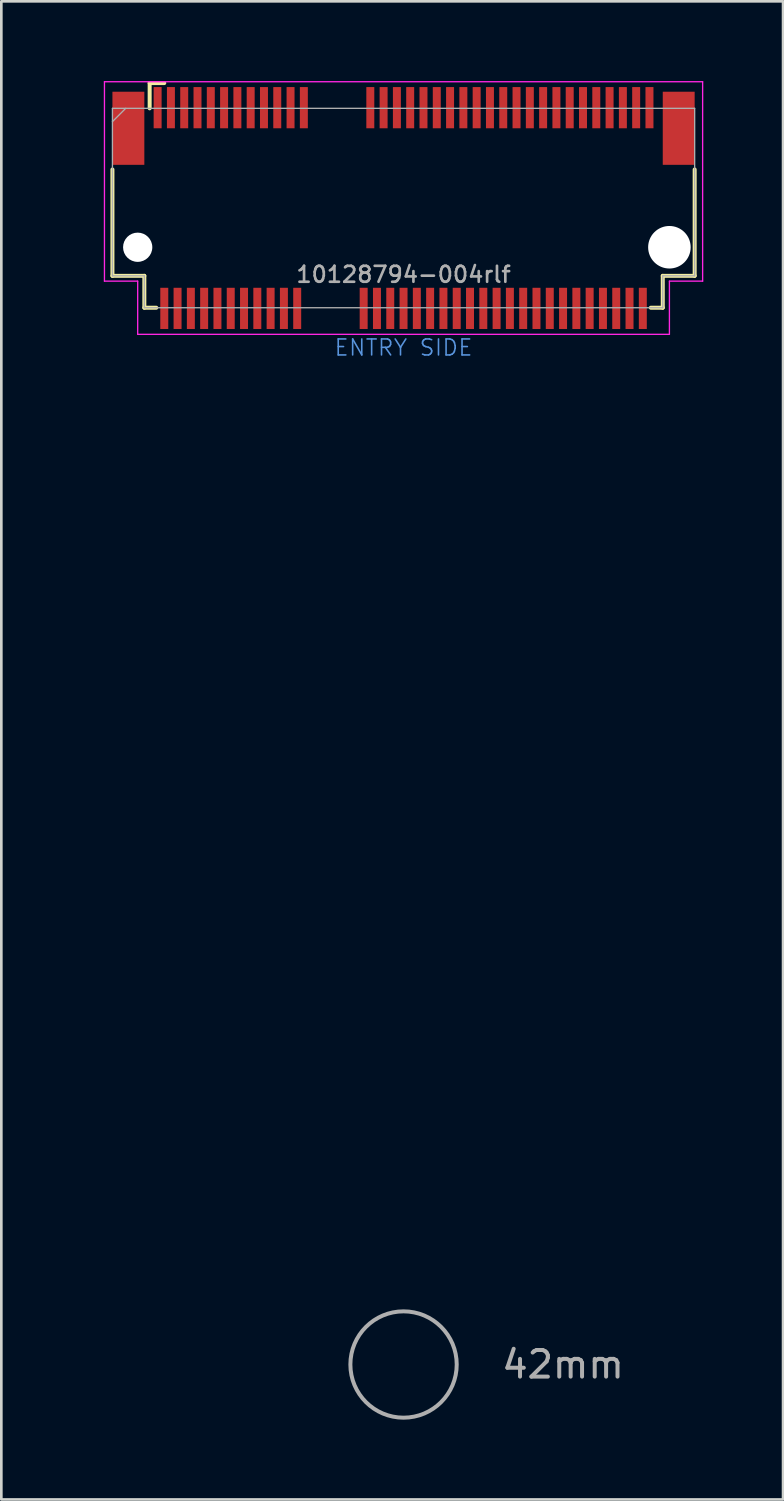
<source format=kicad_pcb>
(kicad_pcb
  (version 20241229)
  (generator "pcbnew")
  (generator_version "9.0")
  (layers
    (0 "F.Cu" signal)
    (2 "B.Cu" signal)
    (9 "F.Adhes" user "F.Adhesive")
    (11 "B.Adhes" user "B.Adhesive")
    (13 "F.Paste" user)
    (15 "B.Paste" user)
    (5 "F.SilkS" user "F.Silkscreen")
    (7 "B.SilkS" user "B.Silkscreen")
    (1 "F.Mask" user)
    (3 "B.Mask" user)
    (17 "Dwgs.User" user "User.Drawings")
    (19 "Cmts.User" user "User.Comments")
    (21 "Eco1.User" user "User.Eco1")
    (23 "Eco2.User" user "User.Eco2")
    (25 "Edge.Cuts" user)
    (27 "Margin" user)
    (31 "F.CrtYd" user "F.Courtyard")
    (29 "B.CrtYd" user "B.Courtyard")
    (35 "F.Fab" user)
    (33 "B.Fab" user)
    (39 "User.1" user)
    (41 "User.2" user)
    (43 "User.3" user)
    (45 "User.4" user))
  (footprint "10128794-004rlf"
    (layer "F.Cu")
    (at 12.129 6.275)
    (property "Reference" "10128794-004rlf" (at 0 1 0) (layer "F.Fab") (effects (font (size 0.6 0.6) (thickness 0.1))))
    (attr through_hole)
    (fp_line (start -10.95 1.05) (end -10.95 -2.95) (stroke (width 0.15) (type solid)) (layer "F.SilkS"))
    (fp_line (start -9.75 1.05) (end -10.95 1.05) (stroke (width 0.15) (type solid)) (layer "F.SilkS"))
    (fp_line (start -9.75 2.25) (end -9.75 1.05) (stroke (width 0.15) (type solid)) (layer "F.SilkS"))
    (fp_line (start -9.55 -6.2) (end -9 -6.2) (stroke (width 0.15) (type solid)) (layer "F.SilkS"))
    (fp_line (start -9.55 -5.25) (end -9.55 -6.2) (stroke (width 0.15) (type solid)) (layer "F.SilkS"))
    (fp_line (start -9.3 2.25) (end -9.75 2.25) (stroke (width 0.15) (type solid)) (layer "F.SilkS"))
    (fp_line (start 9.75 1.05) (end 9.75 2.25) (stroke (width 0.15) (type solid)) (layer "F.SilkS"))
    (fp_line (start 9.75 2.25) (end 9.3 2.25) (stroke (width 0.15) (type solid)) (layer "F.SilkS"))
    (fp_line (start 10.95 1.05) (end 9.75 1.05) (stroke (width 0.15) (type solid)) (layer "F.SilkS"))
    (fp_line (start 10.95 1.05) (end 10.95 -2.95) (stroke (width 0.15) (type solid)) (layer "F.SilkS"))
    (fp_line (start -11.25 -6.25) (end 11.25 -6.25) (stroke (width 0.05) (type solid)) (layer "F.CrtYd"))
    (fp_line (start -11.25 1.25) (end -11.25 -6.25) (stroke (width 0.05) (type solid)) (layer "F.CrtYd"))
    (fp_line (start -10 1.25) (end -11.25 1.25) (stroke (width 0.05) (type solid)) (layer "F.CrtYd"))
    (fp_line (start -10 3.25) (end -10 1.25) (stroke (width 0.05) (type solid)) (layer "F.CrtYd"))
    (fp_line (start 10 1.25) (end 10 3.25) (stroke (width 0.05) (type solid)) (layer "F.CrtYd"))
    (fp_line (start 10 3.25) (end -10 3.25) (stroke (width 0.05) (type solid)) (layer "F.CrtYd"))
    (fp_line (start 11.25 -6.25) (end 11.25 1.25) (stroke (width 0.05) (type solid)) (layer "F.CrtYd"))
    (fp_line (start 11.25 1.25) (end 10 1.25) (stroke (width 0.05) (type solid)) (layer "F.CrtYd"))
    (fp_line (start -10.95 -5.25) (end -10.95 1.05) (stroke (width 0.05) (type solid)) (layer "F.Fab"))
    (fp_line (start -10.95 -5.25) (end 10.95 -5.25) (stroke (width 0.05) (type solid)) (layer "F.Fab"))
    (fp_line (start -10.95 -4.75) (end -10.45 -5.25) (stroke (width 0.05) (type solid)) (layer "F.Fab"))
    (fp_line (start -10.95 1.05) (end -9.75 1.05) (stroke (width 0.05) (type solid)) (layer "F.Fab"))
    (fp_line (start -9.75 1.05) (end -9.75 2.25) (stroke (width 0.05) (type solid)) (layer "F.Fab"))
    (fp_line (start -9.75 2.25) (end 9.75 2.25) (stroke (width 0.05) (type solid)) (layer "F.Fab"))
    (fp_line (start 9.75 1.05) (end 9.75 2.25) (stroke (width 0.05) (type solid)) (layer "F.Fab"))
    (fp_line (start 10.95 1.05) (end 9.75 1.05) (stroke (width 0.05) (type solid)) (layer "F.Fab"))
    (fp_line (start 10.95 1.05) (end 10.95 -5.25) (stroke (width 0.05) (type solid)) (layer "F.Fab"))
    (fp_circle (center 0 42) (end 2 42) (stroke (width 0.15) (type solid)) (fill no) (layer "F.Fab"))
    (fp_text user "ENTRY SIDE" (at 0 3.75 0) (layer "Cmts.User") (effects (font (size 0.6 0.6) (thickness 0.06))))
    (fp_text user "${REFERENCE}" (at -10.1 -4.8 0) (layer "Eco1.User") (effects (font (size 0.3 0.3) (thickness 0.03))))
    (fp_text user "42mm" (at 6 42 0) (layer "F.Fab") (effects (font (size 1 1) (thickness 0.15))))
    (pad "" smd rect (at -10.35 -4.5) (size 1.2 2.75) (layers "F.Cu" "F.Mask" "F.Paste"))
    (pad "" np_thru_hole circle (at -10 -0.025) (size 1.1 1.1) (drill 1.1) (layers "*.Cu"))
    (pad "" np_thru_hole circle (at 10 -0.025) (size 1.6 1.6) (drill 1.6) (layers "*.Cu"))
    (pad "" smd rect (at 10.35 -4.5) (size 1.2 2.75) (layers "F.Cu" "F.Mask" "F.Paste"))
    (pad "1" smd rect (at -9.25 -5.275) (size 0.3 1.55) (layers "F.Cu" "F.Mask" "F.Paste"))
    (pad "2" smd rect (at -9 2.275) (size 0.3 1.55) (layers "F.Cu" "F.Mask" "F.Paste"))
    (pad "3" smd rect (at -8.75 -5.275) (size 0.3 1.55) (layers "F.Cu" "F.Mask" "F.Paste"))
    (pad "4" smd rect (at -8.5 2.275) (size 0.3 1.55) (layers "F.Cu" "F.Mask" "F.Paste"))
    (pad "5" smd rect (at -8.25 -5.275) (size 0.3 1.55) (layers "F.Cu" "F.Mask" "F.Paste"))
    (pad "6" smd rect (at -8 2.275) (size 0.3 1.55) (layers "F.Cu" "F.Mask" "F.Paste"))
    (pad "7" smd rect (at -7.75 -5.275) (size 0.3 1.55) (layers "F.Cu" "F.Mask" "F.Paste"))
    (pad "8" smd rect (at -7.5 2.275) (size 0.3 1.55) (layers "F.Cu" "F.Mask" "F.Paste"))
    (pad "9" smd rect (at -7.25 -5.275) (size 0.3 1.55) (layers "F.Cu" "F.Mask" "F.Paste"))
    (pad "10" smd rect (at -7 2.275) (size 0.3 1.55) (layers "F.Cu" "F.Mask" "F.Paste"))
    (pad "11" smd rect (at -6.75 -5.275) (size 0.3 1.55) (layers "F.Cu" "F.Mask" "F.Paste"))
    (pad "12" smd rect (at -6.5 2.275) (size 0.3 1.55) (layers "F.Cu" "F.Mask" "F.Paste"))
    (pad "13" smd rect (at -6.25 -5.275) (size 0.3 1.55) (layers "F.Cu" "F.Mask" "F.Paste"))
    (pad "14" smd rect (at -6 2.275) (size 0.3 1.55) (layers "F.Cu" "F.Mask" "F.Paste"))
    (pad "15" smd rect (at -5.75 -5.275) (size 0.3 1.55) (layers "F.Cu" "F.Mask" "F.Paste"))
    (pad "16" smd rect (at -5.5 2.275) (size 0.3 1.55) (layers "F.Cu" "F.Mask" "F.Paste"))
    (pad "17" smd rect (at -5.25 -5.275) (size 0.3 1.55) (layers "F.Cu" "F.Mask" "F.Paste"))
    (pad "18" smd rect (at -5 2.275) (size 0.3 1.55) (layers "F.Cu" "F.Mask" "F.Paste"))
    (pad "19" smd rect (at -4.75 -5.275) (size 0.3 1.55) (layers "F.Cu" "F.Mask" "F.Paste"))
    (pad "20" smd rect (at -4.5 2.275) (size 0.3 1.55) (layers "F.Cu" "F.Mask" "F.Paste"))
    (pad "21" smd rect (at -4.25 -5.275) (size 0.3 1.55) (layers "F.Cu" "F.Mask" "F.Paste"))
    (pad "22" smd rect (at -4 2.275) (size 0.3 1.55) (layers "F.Cu" "F.Mask" "F.Paste"))
    (pad "23" smd rect (at -3.75 -5.275) (size 0.3 1.55) (layers "F.Cu" "F.Mask" "F.Paste"))
    (pad "32" smd rect (at -1.5 2.275) (size 0.3 1.55) (layers "F.Cu" "F.Mask" "F.Paste"))
    (pad "33" smd rect (at -1.25 -5.275) (size 0.3 1.55) (layers "F.Cu" "F.Mask" "F.Paste"))
    (pad "34" smd rect (at -1 2.275) (size 0.3 1.55) (layers "F.Cu" "F.Mask" "F.Paste"))
    (pad "35" smd rect (at -0.75 -5.275) (size 0.3 1.55) (layers "F.Cu" "F.Mask" "F.Paste"))
    (pad "36" smd rect (at -0.5 2.275) (size 0.3 1.55) (layers "F.Cu" "F.Mask" "F.Paste"))
    (pad "37" smd rect (at -0.25 -5.275) (size 0.3 1.55) (layers "F.Cu" "F.Mask" "F.Paste"))
    (pad "38" smd rect (at 0 2.275) (size 0.3 1.55) (layers "F.Cu" "F.Mask" "F.Paste"))
    (pad "39" smd rect (at 0.25 -5.275) (size 0.3 1.55) (layers "F.Cu" "F.Mask" "F.Paste"))
    (pad "40" smd rect (at 0.5 2.275) (size 0.3 1.55) (layers "F.Cu" "F.Mask" "F.Paste"))
    (pad "41" smd rect (at 0.75 -5.275) (size 0.3 1.55) (layers "F.Cu" "F.Mask" "F.Paste"))
    (pad "42" smd rect (at 1 2.275) (size 0.3 1.55) (layers "F.Cu" "F.Mask" "F.Paste"))
    (pad "43" smd rect (at 1.25 -5.275) (size 0.3 1.55) (layers "F.Cu" "F.Mask" "F.Paste"))
    (pad "44" smd rect (at 1.5 2.275) (size 0.3 1.55) (layers "F.Cu" "F.Mask" "F.Paste"))
    (pad "45" smd rect (at 1.75 -5.275) (size 0.3 1.55) (layers "F.Cu" "F.Mask" "F.Paste"))
    (pad "46" smd rect (at 2 2.275) (size 0.3 1.55) (layers "F.Cu" "F.Mask" "F.Paste"))
    (pad "47" smd rect (at 2.25 -5.275) (size 0.3 1.55) (layers "F.Cu" "F.Mask" "F.Paste"))
    (pad "48" smd rect (at 2.5 2.275) (size 0.3 1.55) (layers "F.Cu" "F.Mask" "F.Paste"))
    (pad "49" smd rect (at 2.75 -5.275) (size 0.3 1.55) (layers "F.Cu" "F.Mask" "F.Paste"))
    (pad "50" smd rect (at 3 2.275) (size 0.3 1.55) (layers "F.Cu" "F.Mask" "F.Paste"))
    (pad "51" smd rect (at 3.25 -5.275) (size 0.3 1.55) (layers "F.Cu" "F.Mask" "F.Paste"))
    (pad "52" smd rect (at 3.5 2.275) (size 0.3 1.55) (layers "F.Cu" "F.Mask" "F.Paste"))
    (pad "53" smd rect (at 3.75 -5.275) (size 0.3 1.55) (layers "F.Cu" "F.Mask" "F.Paste"))
    (pad "54" smd rect (at 4 2.275) (size 0.3 1.55) (layers "F.Cu" "F.Mask" "F.Paste"))
    (pad "55" smd rect (at 4.25 -5.275) (size 0.3 1.55) (layers "F.Cu" "F.Mask" "F.Paste"))
    (pad "56" smd rect (at 4.5 2.275) (size 0.3 1.55) (layers "F.Cu" "F.Mask" "F.Paste"))
    (pad "57" smd rect (at 4.75 -5.275) (size 0.3 1.55) (layers "F.Cu" "F.Mask" "F.Paste"))
    (pad "58" smd rect (at 5 2.275) (size 0.3 1.55) (layers "F.Cu" "F.Mask" "F.Paste"))
    (pad "59" smd rect (at 5.25 -5.275) (size 0.3 1.55) (layers "F.Cu" "F.Mask" "F.Paste"))
    (pad "60" smd rect (at 5.5 2.275) (size 0.3 1.55) (layers "F.Cu" "F.Mask" "F.Paste"))
    (pad "61" smd rect (at 5.75 -5.275) (size 0.3 1.55) (layers "F.Cu" "F.Mask" "F.Paste"))
    (pad "62" smd rect (at 6 2.275) (size 0.3 1.55) (layers "F.Cu" "F.Mask" "F.Paste"))
    (pad "63" smd rect (at 6.25 -5.275) (size 0.3 1.55) (layers "F.Cu" "F.Mask" "F.Paste"))
    (pad "64" smd rect (at 6.5 2.275) (size 0.3 1.55) (layers "F.Cu" "F.Mask" "F.Paste"))
    (pad "65" smd rect (at 6.75 -5.275) (size 0.3 1.55) (layers "F.Cu" "F.Mask" "F.Paste"))
    (pad "66" smd rect (at 7 2.275) (size 0.3 1.55) (layers "F.Cu" "F.Mask" "F.Paste"))
    (pad "67" smd rect (at 7.25 -5.275) (size 0.3 1.55) (layers "F.Cu" "F.Mask" "F.Paste"))
    (pad "68" smd rect (at 7.5 2.275) (size 0.3 1.55) (layers "F.Cu" "F.Mask" "F.Paste"))
    (pad "69" smd rect (at 7.75 -5.275) (size 0.3 1.55) (layers "F.Cu" "F.Mask" "F.Paste"))
    (pad "70" smd rect (at 8 2.275) (size 0.3 1.55) (layers "F.Cu" "F.Mask" "F.Paste"))
    (pad "71" smd rect (at 8.25 -5.275) (size 0.3 1.55) (layers "F.Cu" "F.Mask" "F.Paste"))
    (pad "72" smd rect (at 8.5 2.275) (size 0.3 1.55) (layers "F.Cu" "F.Mask" "F.Paste"))
    (pad "73" smd rect (at 8.75 -5.275) (size 0.3 1.55) (layers "F.Cu" "F.Mask" "F.Paste"))
    (pad "74" smd rect (at 9 2.275) (size 0.3 1.55) (layers "F.Cu" "F.Mask" "F.Paste"))
    (pad "75" smd rect (at 9.25 -5.275) (size 0.3 1.55) (layers "F.Cu" "F.Mask" "F.Paste")))
  (gr_rect
    (start -3 -3)
    (end 26.404 53.35)
    (stroke (width 0.1) (type default))
    (fill no)
    (layer "Edge.Cuts")))
</source>
